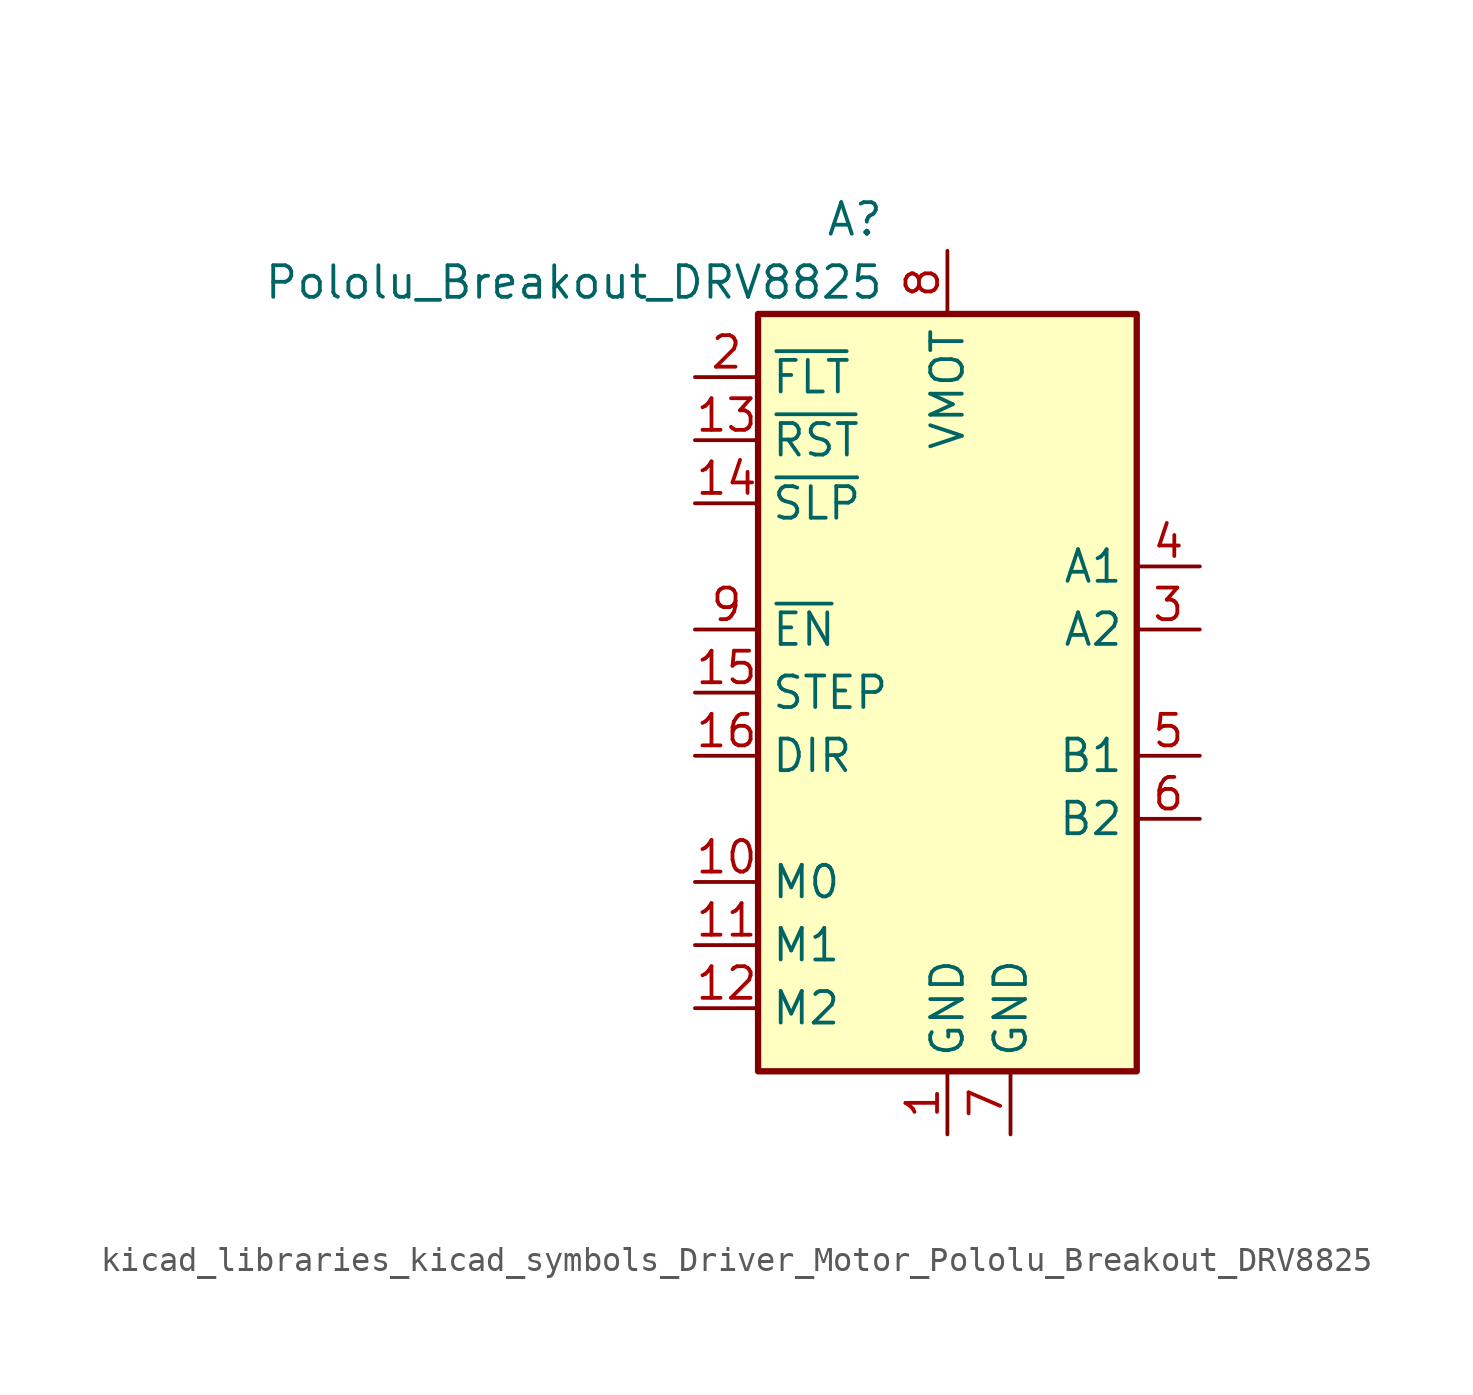
<source format=kicad_sym>
(kicad_symbol_lib
  (version 20220914)
  (generator kicad_symbol_editor)
  (symbol "kicad_libraries_kicad_symbols_Driver_Motor_Pololu_Breakout_DRV8825"
    (property "Reference" "A"
      (at -2.54 16.51 0)
      (effects (font (size 1.27 1.27)) (justify right)))
    (property "Value" "Pololu_Breakout_DRV8825"
      (at -2.54 13.97 0)
      (effects (font (size 1.27 1.27)) (justify right)))
    (symbol "kicad_libraries_kicad_symbols_Driver_Motor_Pololu_Breakout_DRV8825_0_1"
      (rectangle (start 7.62 -17.78) (end -7.62 12.7) (stroke (width 0.254) (type default)) (fill (type background))))
    (symbol "kicad_libraries_kicad_symbols_Driver_Motor_Pololu_Breakout_DRV8825_1_1"
      (pin power_in line (at 0 -20.32 90) (length 2.54) (name "GND" (effects (font (size 1.27 1.27)))) (number "1" (effects (font (size 1.27 1.27)))))
      (pin input line (at -10.16 -10.16 0) (length 2.54) (name "M0" (effects (font (size 1.27 1.27)))) (number "10" (effects (font (size 1.27 1.27)))))
      (pin input line (at -10.16 -12.7 0) (length 2.54) (name "M1" (effects (font (size 1.27 1.27)))) (number "11" (effects (font (size 1.27 1.27)))))
      (pin input line (at -10.16 -15.24 0) (length 2.54) (name "M2" (effects (font (size 1.27 1.27)))) (number "12" (effects (font (size 1.27 1.27)))))
      (pin input line (at -10.16 7.62 0) (length 2.54) (name "~{RST}" (effects (font (size 1.27 1.27)))) (number "13" (effects (font (size 1.27 1.27)))))
      (pin input line (at -10.16 5.08 0) (length 2.54) (name "~{SLP}" (effects (font (size 1.27 1.27)))) (number "14" (effects (font (size 1.27 1.27)))))
      (pin input line (at -10.16 -2.54 0) (length 2.54) (name "STEP" (effects (font (size 1.27 1.27)))) (number "15" (effects (font (size 1.27 1.27)))))
      (pin input line (at -10.16 -5.08 0) (length 2.54) (name "DIR" (effects (font (size 1.27 1.27)))) (number "16" (effects (font (size 1.27 1.27)))))
      (pin output line (at -10.16 10.16 0) (length 2.54) (name "~{FLT}" (effects (font (size 1.27 1.27)))) (number "2" (effects (font (size 1.27 1.27)))))
      (pin output line (at 10.16 0 180) (length 2.54) (name "A2" (effects (font (size 1.27 1.27)))) (number "3" (effects (font (size 1.27 1.27)))))
      (pin output line (at 10.16 2.54 180) (length 2.54) (name "A1" (effects (font (size 1.27 1.27)))) (number "4" (effects (font (size 1.27 1.27)))))
      (pin output line (at 10.16 -5.08 180) (length 2.54) (name "B1" (effects (font (size 1.27 1.27)))) (number "5" (effects (font (size 1.27 1.27)))))
      (pin output line (at 10.16 -7.62 180) (length 2.54) (name "B2" (effects (font (size 1.27 1.27)))) (number "6" (effects (font (size 1.27 1.27)))))
      (pin power_in line (at 2.54 -20.32 90) (length 2.54) (name "GND" (effects (font (size 1.27 1.27)))) (number "7" (effects (font (size 1.27 1.27)))))
      (pin power_in line (at 0 15.24 270) (length 2.54) (name "VMOT" (effects (font (size 1.27 1.27)))) (number "8" (effects (font (size 1.27 1.27)))))
      (pin input line (at -10.16 0 0) (length 2.54) (name "~{EN}" (effects (font (size 1.27 1.27)))) (number "9" (effects (font (size 1.27 1.27))))))))
</source>
